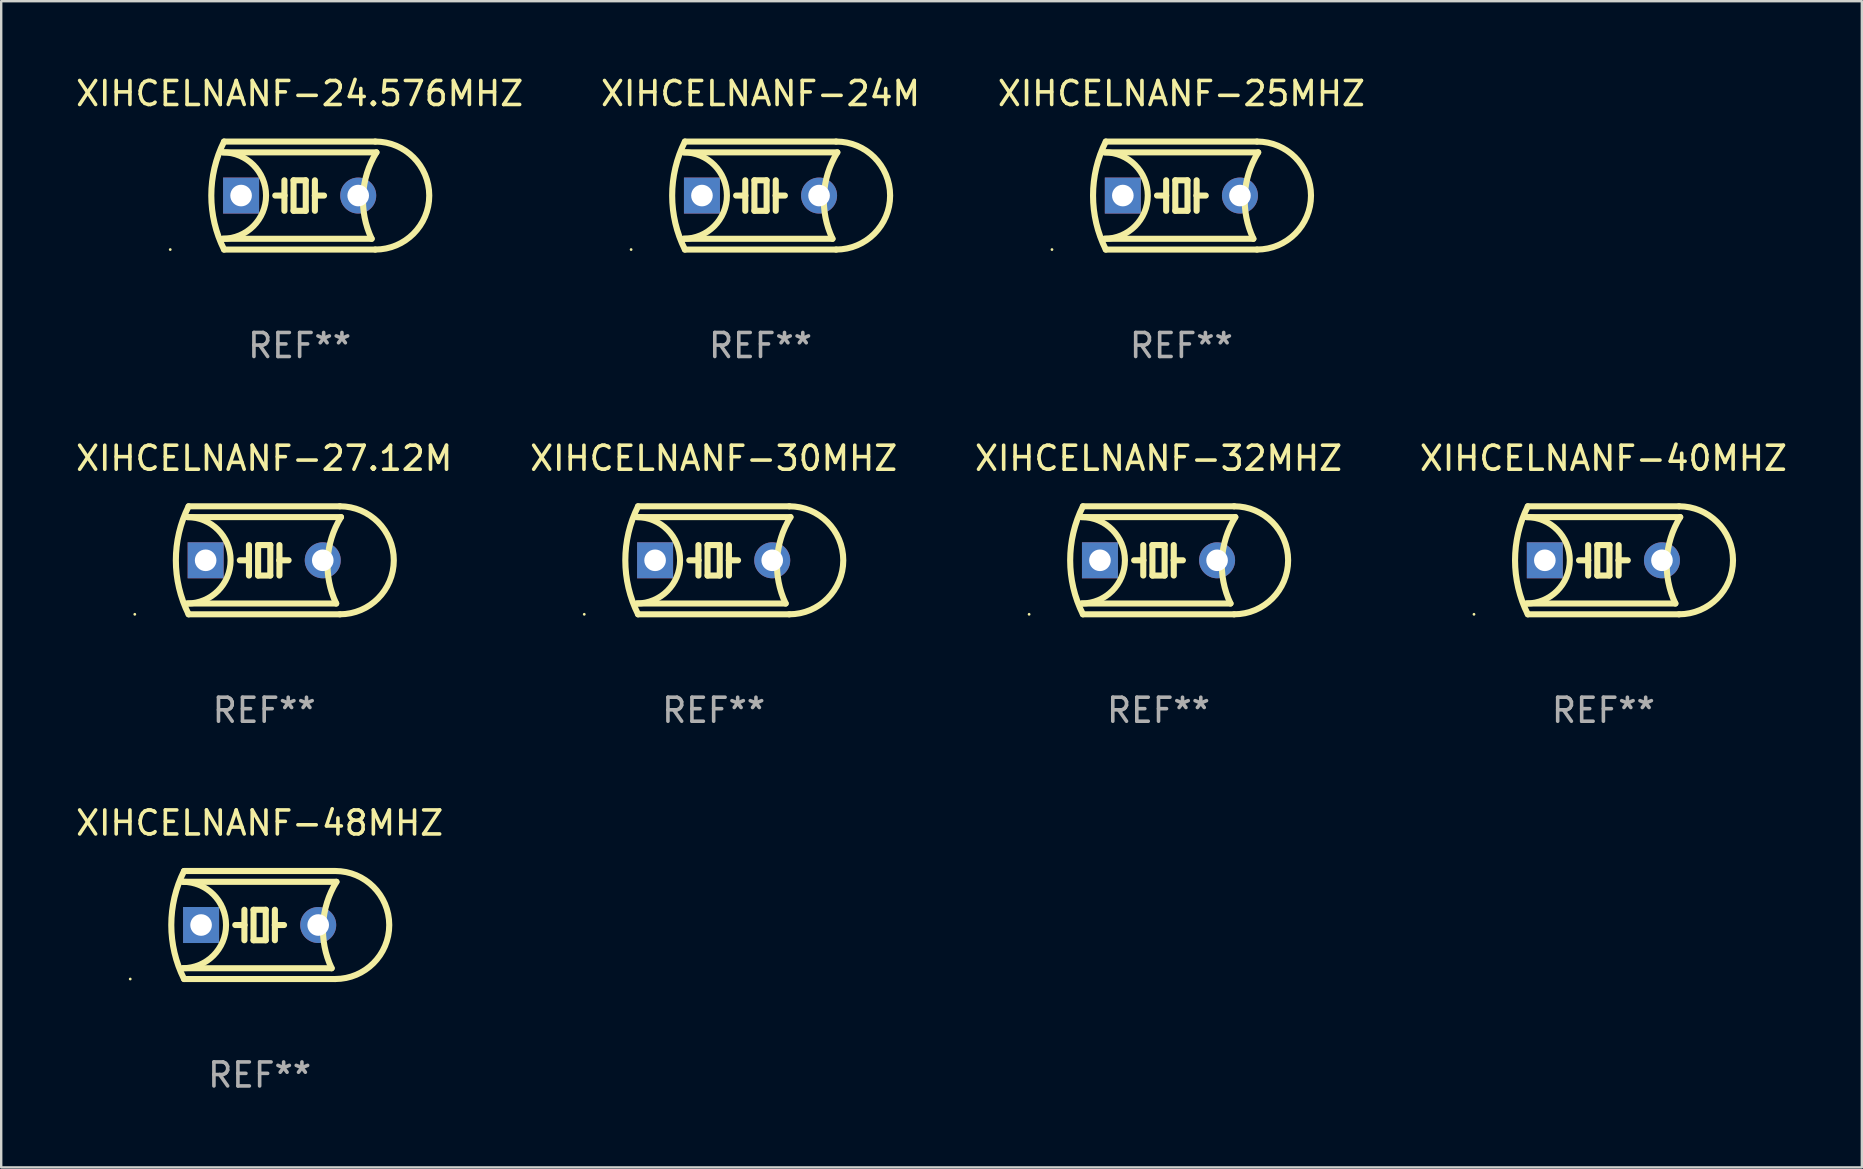
<source format=kicad_pcb>
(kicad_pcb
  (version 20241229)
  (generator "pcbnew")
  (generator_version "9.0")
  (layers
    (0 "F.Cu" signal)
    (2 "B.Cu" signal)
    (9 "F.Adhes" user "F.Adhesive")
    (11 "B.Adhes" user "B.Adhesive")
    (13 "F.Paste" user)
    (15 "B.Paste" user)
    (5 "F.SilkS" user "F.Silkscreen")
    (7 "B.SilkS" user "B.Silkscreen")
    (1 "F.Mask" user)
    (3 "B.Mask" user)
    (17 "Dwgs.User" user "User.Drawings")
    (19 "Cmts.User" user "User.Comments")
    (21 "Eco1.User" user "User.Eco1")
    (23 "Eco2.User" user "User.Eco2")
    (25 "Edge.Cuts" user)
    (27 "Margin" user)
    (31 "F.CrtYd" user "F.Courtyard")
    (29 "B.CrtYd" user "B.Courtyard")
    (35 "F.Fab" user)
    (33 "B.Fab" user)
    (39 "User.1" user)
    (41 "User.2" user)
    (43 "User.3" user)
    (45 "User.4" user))
  (footprint "XIHCELNANF-24M"
    (layer "F.Cu")
    (at 28.637 5.098)
    (property "Reference" "XIHCELNANF-24M" (at 0 -4.25 0) (layer "F.SilkS") (effects (font (size 1 1) (thickness 0.15))))
    (attr through_hole)
    (fp_line (start -3.2 -1.8) (end 3.2 -1.8) (stroke (width 0.254) (type solid)) (layer "F.SilkS"))
    (fp_line (start -3.15 2.25) (end 3.15 2.25) (stroke (width 0.254) (type solid)) (layer "F.SilkS"))
    (fp_line (start -0.635 -0.635) (end -0.635 0) (stroke (width 0.254) (type solid)) (layer "F.SilkS"))
    (fp_line (start -0.635 0) (end -1.016 0) (stroke (width 0.254) (type solid)) (layer "F.SilkS"))
    (fp_line (start -0.635 0) (end -0.635 0.635) (stroke (width 0.254) (type solid)) (layer "F.SilkS"))
    (fp_line (start -0.254 -0.635) (end -0.254 0.635) (stroke (width 0.254) (type solid)) (layer "F.SilkS"))
    (fp_line (start -0.254 0.635) (end 0.254 0.635) (stroke (width 0.254) (type solid)) (layer "F.SilkS"))
    (fp_line (start 0.254 -0.635) (end -0.254 -0.635) (stroke (width 0.254) (type solid)) (layer "F.SilkS"))
    (fp_line (start 0.254 0.635) (end 0.254 -0.635) (stroke (width 0.254) (type solid)) (layer "F.SilkS"))
    (fp_line (start 0.635 -0.635) (end 0.635 0) (stroke (width 0.254) (type solid)) (layer "F.SilkS"))
    (fp_line (start 0.635 0) (end 0.635 0.635) (stroke (width 0.254) (type solid)) (layer "F.SilkS"))
    (fp_line (start 0.635 0) (end 1.016 0) (stroke (width 0.254) (type solid)) (layer "F.SilkS"))
    (fp_line (start 3 1.8) (end -3.2 1.8) (stroke (width 0.254) (type solid)) (layer "F.SilkS"))
    (fp_line (start 3.15 -2.25) (end -3.15 -2.25) (stroke (width 0.254) (type solid)) (layer "F.SilkS"))
    (fp_arc (start -3.200406 -1.800864) (mid -1.399974 -0.000635) (end -3.2 1.8) (stroke (width 0.254001) (type solid)) (layer "F.SilkS"))
    (fp_arc (start -3.149606 2.250444) (mid -3.680941 0.000261) (end -3.149987 -2.250013) (stroke (width 0.254001) (type solid)) (layer "F.SilkS"))
    (fp_arc (start 2.999746 1.800863) (mid 2.642982 -0.024977) (end 3.2 -1.8) (stroke (width 0.254001) (type solid)) (layer "F.SilkS"))
    (fp_arc (start 3.149607 -2.250445) (mid 5.399848 -0.000406) (end 3.149987 2.250013) (stroke (width 0.254001) (type solid)) (layer "F.SilkS"))
    (fp_circle (center -5.392 2.25) (end -5.362 2.25) (stroke (width 0.06) (type solid)) (fill no) (layer "F.SilkS"))
    (fp_text user "REF**" (at 0 6.25 0) (layer "F.Fab") (effects (font (size 1 1) (thickness 0.15))))
    (pad "1" thru_hole rect (at -2.44 0) (size 1.5 1.5) (drill 0.9) (layers "*.Cu" "*.Mask"))
    (pad "2" thru_hole circle (at 2.44 0) (size 1.5 1.5) (drill 0.9) (layers "*.Cu" "*.Mask")))
  (footprint "XIHCELNANF-40MHZ"
    (layer "F.Cu")
    (at 63.756 20.295)
    (property "Reference" "XIHCELNANF-40MHZ" (at 0 -4.25 0) (layer "F.SilkS") (effects (font (size 1 1) (thickness 0.15))))
    (attr through_hole)
    (fp_line (start -3.2 -1.8) (end 3.2 -1.8) (stroke (width 0.254) (type solid)) (layer "F.SilkS"))
    (fp_line (start -3.15 2.25) (end 3.15 2.25) (stroke (width 0.254) (type solid)) (layer "F.SilkS"))
    (fp_line (start -0.635 -0.635) (end -0.635 0) (stroke (width 0.254) (type solid)) (layer "F.SilkS"))
    (fp_line (start -0.635 0) (end -1.016 0) (stroke (width 0.254) (type solid)) (layer "F.SilkS"))
    (fp_line (start -0.635 0) (end -0.635 0.635) (stroke (width 0.254) (type solid)) (layer "F.SilkS"))
    (fp_line (start -0.254 -0.635) (end -0.254 0.635) (stroke (width 0.254) (type solid)) (layer "F.SilkS"))
    (fp_line (start -0.254 0.635) (end 0.254 0.635) (stroke (width 0.254) (type solid)) (layer "F.SilkS"))
    (fp_line (start 0.254 -0.635) (end -0.254 -0.635) (stroke (width 0.254) (type solid)) (layer "F.SilkS"))
    (fp_line (start 0.254 0.635) (end 0.254 -0.635) (stroke (width 0.254) (type solid)) (layer "F.SilkS"))
    (fp_line (start 0.635 -0.635) (end 0.635 0) (stroke (width 0.254) (type solid)) (layer "F.SilkS"))
    (fp_line (start 0.635 0) (end 0.635 0.635) (stroke (width 0.254) (type solid)) (layer "F.SilkS"))
    (fp_line (start 0.635 0) (end 1.016 0) (stroke (width 0.254) (type solid)) (layer "F.SilkS"))
    (fp_line (start 3 1.8) (end -3.2 1.8) (stroke (width 0.254) (type solid)) (layer "F.SilkS"))
    (fp_line (start 3.15 -2.25) (end -3.15 -2.25) (stroke (width 0.254) (type solid)) (layer "F.SilkS"))
    (fp_arc (start -3.200406 -1.800864) (mid -1.399974 -0.000635) (end -3.2 1.8) (stroke (width 0.254001) (type solid)) (layer "F.SilkS"))
    (fp_arc (start -3.149606 2.250444) (mid -3.680941 0.000261) (end -3.149987 -2.250013) (stroke (width 0.254001) (type solid)) (layer "F.SilkS"))
    (fp_arc (start 2.999746 1.800863) (mid 2.642982 -0.024977) (end 3.2 -1.8) (stroke (width 0.254001) (type solid)) (layer "F.SilkS"))
    (fp_arc (start 3.149607 -2.250445) (mid 5.399848 -0.000406) (end 3.149987 2.250013) (stroke (width 0.254001) (type solid)) (layer "F.SilkS"))
    (fp_circle (center -5.392 2.25) (end -5.362 2.25) (stroke (width 0.06) (type solid)) (fill no) (layer "F.SilkS"))
    (fp_text user "REF**" (at 0 6.25 0) (layer "F.Fab") (effects (font (size 1 1) (thickness 0.15))))
    (pad "1" thru_hole rect (at -2.44 0) (size 1.5 1.5) (drill 0.9) (layers "*.Cu" "*.Mask"))
    (pad "2" thru_hole circle (at 2.44 0) (size 1.5 1.5) (drill 0.9) (layers "*.Cu" "*.Mask")))
  (footprint "XIHCELNANF-32MHZ"
    (layer "F.Cu")
    (at 45.22 20.295)
    (property "Reference" "XIHCELNANF-32MHZ" (at 0 -4.25 0) (layer "F.SilkS") (effects (font (size 1 1) (thickness 0.15))))
    (attr through_hole)
    (fp_line (start -3.2 -1.8) (end 3.2 -1.8) (stroke (width 0.254) (type solid)) (layer "F.SilkS"))
    (fp_line (start -3.15 2.25) (end 3.15 2.25) (stroke (width 0.254) (type solid)) (layer "F.SilkS"))
    (fp_line (start -0.635 -0.635) (end -0.635 0) (stroke (width 0.254) (type solid)) (layer "F.SilkS"))
    (fp_line (start -0.635 0) (end -1.016 0) (stroke (width 0.254) (type solid)) (layer "F.SilkS"))
    (fp_line (start -0.635 0) (end -0.635 0.635) (stroke (width 0.254) (type solid)) (layer "F.SilkS"))
    (fp_line (start -0.254 -0.635) (end -0.254 0.635) (stroke (width 0.254) (type solid)) (layer "F.SilkS"))
    (fp_line (start -0.254 0.635) (end 0.254 0.635) (stroke (width 0.254) (type solid)) (layer "F.SilkS"))
    (fp_line (start 0.254 -0.635) (end -0.254 -0.635) (stroke (width 0.254) (type solid)) (layer "F.SilkS"))
    (fp_line (start 0.254 0.635) (end 0.254 -0.635) (stroke (width 0.254) (type solid)) (layer "F.SilkS"))
    (fp_line (start 0.635 -0.635) (end 0.635 0) (stroke (width 0.254) (type solid)) (layer "F.SilkS"))
    (fp_line (start 0.635 0) (end 0.635 0.635) (stroke (width 0.254) (type solid)) (layer "F.SilkS"))
    (fp_line (start 0.635 0) (end 1.016 0) (stroke (width 0.254) (type solid)) (layer "F.SilkS"))
    (fp_line (start 3 1.8) (end -3.2 1.8) (stroke (width 0.254) (type solid)) (layer "F.SilkS"))
    (fp_line (start 3.15 -2.25) (end -3.15 -2.25) (stroke (width 0.254) (type solid)) (layer "F.SilkS"))
    (fp_arc (start -3.200406 -1.800864) (mid -1.399974 -0.000635) (end -3.2 1.8) (stroke (width 0.254001) (type solid)) (layer "F.SilkS"))
    (fp_arc (start -3.149606 2.250444) (mid -3.680941 0.000261) (end -3.149987 -2.250013) (stroke (width 0.254001) (type solid)) (layer "F.SilkS"))
    (fp_arc (start 2.999746 1.800863) (mid 2.642982 -0.024977) (end 3.2 -1.8) (stroke (width 0.254001) (type solid)) (layer "F.SilkS"))
    (fp_arc (start 3.149607 -2.250445) (mid 5.399848 -0.000406) (end 3.149987 2.250013) (stroke (width 0.254001) (type solid)) (layer "F.SilkS"))
    (fp_circle (center -5.392 2.25) (end -5.362 2.25) (stroke (width 0.06) (type solid)) (fill no) (layer "F.SilkS"))
    (fp_text user "REF**" (at 0 6.25 0) (layer "F.Fab") (effects (font (size 1 1) (thickness 0.15))))
    (pad "1" thru_hole rect (at -2.44 0) (size 1.5 1.5) (drill 0.9) (layers "*.Cu" "*.Mask"))
    (pad "2" thru_hole circle (at 2.44 0) (size 1.5 1.5) (drill 0.9) (layers "*.Cu" "*.Mask")))
  (footprint "XIHCELNANF-48MHZ"
    (layer "F.Cu")
    (at 7.768 35.491)
    (property "Reference" "XIHCELNANF-48MHZ" (at 0 -4.25 0) (layer "F.SilkS") (effects (font (size 1 1) (thickness 0.15))))
    (attr through_hole)
    (fp_line (start -3.2 -1.8) (end 3.2 -1.8) (stroke (width 0.254) (type solid)) (layer "F.SilkS"))
    (fp_line (start -3.15 2.25) (end 3.15 2.25) (stroke (width 0.254) (type solid)) (layer "F.SilkS"))
    (fp_line (start -0.635 -0.635) (end -0.635 0) (stroke (width 0.254) (type solid)) (layer "F.SilkS"))
    (fp_line (start -0.635 0) (end -1.016 0) (stroke (width 0.254) (type solid)) (layer "F.SilkS"))
    (fp_line (start -0.635 0) (end -0.635 0.635) (stroke (width 0.254) (type solid)) (layer "F.SilkS"))
    (fp_line (start -0.254 -0.635) (end -0.254 0.635) (stroke (width 0.254) (type solid)) (layer "F.SilkS"))
    (fp_line (start -0.254 0.635) (end 0.254 0.635) (stroke (width 0.254) (type solid)) (layer "F.SilkS"))
    (fp_line (start 0.254 -0.635) (end -0.254 -0.635) (stroke (width 0.254) (type solid)) (layer "F.SilkS"))
    (fp_line (start 0.254 0.635) (end 0.254 -0.635) (stroke (width 0.254) (type solid)) (layer "F.SilkS"))
    (fp_line (start 0.635 -0.635) (end 0.635 0) (stroke (width 0.254) (type solid)) (layer "F.SilkS"))
    (fp_line (start 0.635 0) (end 0.635 0.635) (stroke (width 0.254) (type solid)) (layer "F.SilkS"))
    (fp_line (start 0.635 0) (end 1.016 0) (stroke (width 0.254) (type solid)) (layer "F.SilkS"))
    (fp_line (start 3 1.8) (end -3.2 1.8) (stroke (width 0.254) (type solid)) (layer "F.SilkS"))
    (fp_line (start 3.15 -2.25) (end -3.15 -2.25) (stroke (width 0.254) (type solid)) (layer "F.SilkS"))
    (fp_arc (start -3.200406 -1.800864) (mid -1.399974 -0.000635) (end -3.2 1.8) (stroke (width 0.254001) (type solid)) (layer "F.SilkS"))
    (fp_arc (start -3.149606 2.250444) (mid -3.680941 0.000261) (end -3.149987 -2.250013) (stroke (width 0.254001) (type solid)) (layer "F.SilkS"))
    (fp_arc (start 2.999746 1.800863) (mid 2.642982 -0.024977) (end 3.2 -1.8) (stroke (width 0.254001) (type solid)) (layer "F.SilkS"))
    (fp_arc (start 3.149607 -2.250445) (mid 5.399848 -0.000406) (end 3.149987 2.250013) (stroke (width 0.254001) (type solid)) (layer "F.SilkS"))
    (fp_circle (center -5.392 2.25) (end -5.362 2.25) (stroke (width 0.06) (type solid)) (fill no) (layer "F.SilkS"))
    (fp_text user "REF**" (at 0 6.25 0) (layer "F.Fab") (effects (font (size 1 1) (thickness 0.15))))
    (pad "1" thru_hole rect (at -2.44 0) (size 1.5 1.5) (drill 0.9) (layers "*.Cu" "*.Mask"))
    (pad "2" thru_hole circle (at 2.44 0) (size 1.5 1.5) (drill 0.9) (layers "*.Cu" "*.Mask")))
  (footprint "XIHCELNANF-27.12M"
    (layer "F.Cu")
    (at 7.958 20.295)
    (property "Reference" "XIHCELNANF-27.12M" (at 0 -4.25 0) (layer "F.SilkS") (effects (font (size 1 1) (thickness 0.15))))
    (attr through_hole)
    (fp_line (start -3.2 -1.8) (end 3.2 -1.8) (stroke (width 0.254) (type solid)) (layer "F.SilkS"))
    (fp_line (start -3.15 2.25) (end 3.15 2.25) (stroke (width 0.254) (type solid)) (layer "F.SilkS"))
    (fp_line (start -0.635 -0.635) (end -0.635 0) (stroke (width 0.254) (type solid)) (layer "F.SilkS"))
    (fp_line (start -0.635 0) (end -1.016 0) (stroke (width 0.254) (type solid)) (layer "F.SilkS"))
    (fp_line (start -0.635 0) (end -0.635 0.635) (stroke (width 0.254) (type solid)) (layer "F.SilkS"))
    (fp_line (start -0.254 -0.635) (end -0.254 0.635) (stroke (width 0.254) (type solid)) (layer "F.SilkS"))
    (fp_line (start -0.254 0.635) (end 0.254 0.635) (stroke (width 0.254) (type solid)) (layer "F.SilkS"))
    (fp_line (start 0.254 -0.635) (end -0.254 -0.635) (stroke (width 0.254) (type solid)) (layer "F.SilkS"))
    (fp_line (start 0.254 0.635) (end 0.254 -0.635) (stroke (width 0.254) (type solid)) (layer "F.SilkS"))
    (fp_line (start 0.635 -0.635) (end 0.635 0) (stroke (width 0.254) (type solid)) (layer "F.SilkS"))
    (fp_line (start 0.635 0) (end 0.635 0.635) (stroke (width 0.254) (type solid)) (layer "F.SilkS"))
    (fp_line (start 0.635 0) (end 1.016 0) (stroke (width 0.254) (type solid)) (layer "F.SilkS"))
    (fp_line (start 3 1.8) (end -3.2 1.8) (stroke (width 0.254) (type solid)) (layer "F.SilkS"))
    (fp_line (start 3.15 -2.25) (end -3.15 -2.25) (stroke (width 0.254) (type solid)) (layer "F.SilkS"))
    (fp_arc (start -3.200406 -1.800864) (mid -1.399974 -0.000635) (end -3.2 1.8) (stroke (width 0.254001) (type solid)) (layer "F.SilkS"))
    (fp_arc (start -3.149606 2.250444) (mid -3.680941 0.000261) (end -3.149987 -2.250013) (stroke (width 0.254001) (type solid)) (layer "F.SilkS"))
    (fp_arc (start 2.999746 1.800863) (mid 2.642982 -0.024977) (end 3.2 -1.8) (stroke (width 0.254001) (type solid)) (layer "F.SilkS"))
    (fp_arc (start 3.149607 -2.250445) (mid 5.399848 -0.000406) (end 3.149987 2.250013) (stroke (width 0.254001) (type solid)) (layer "F.SilkS"))
    (fp_circle (center -5.392 2.25) (end -5.362 2.25) (stroke (width 0.06) (type solid)) (fill no) (layer "F.SilkS"))
    (fp_text user "REF**" (at 0 6.25 0) (layer "F.Fab") (effects (font (size 1 1) (thickness 0.15))))
    (pad "1" thru_hole rect (at -2.44 0) (size 1.5 1.5) (drill 0.9) (layers "*.Cu" "*.Mask"))
    (pad "2" thru_hole circle (at 2.44 0) (size 1.5 1.5) (drill 0.9) (layers "*.Cu" "*.Mask")))
  (footprint "XIHCELNANF-30MHZ"
    (layer "F.Cu")
    (at 26.685 20.295)
    (property "Reference" "XIHCELNANF-30MHZ" (at 0 -4.25 0) (layer "F.SilkS") (effects (font (size 1 1) (thickness 0.15))))
    (attr through_hole)
    (fp_line (start -3.2 -1.8) (end 3.2 -1.8) (stroke (width 0.254) (type solid)) (layer "F.SilkS"))
    (fp_line (start -3.15 2.25) (end 3.15 2.25) (stroke (width 0.254) (type solid)) (layer "F.SilkS"))
    (fp_line (start -0.635 -0.635) (end -0.635 0) (stroke (width 0.254) (type solid)) (layer "F.SilkS"))
    (fp_line (start -0.635 0) (end -1.016 0) (stroke (width 0.254) (type solid)) (layer "F.SilkS"))
    (fp_line (start -0.635 0) (end -0.635 0.635) (stroke (width 0.254) (type solid)) (layer "F.SilkS"))
    (fp_line (start -0.254 -0.635) (end -0.254 0.635) (stroke (width 0.254) (type solid)) (layer "F.SilkS"))
    (fp_line (start -0.254 0.635) (end 0.254 0.635) (stroke (width 0.254) (type solid)) (layer "F.SilkS"))
    (fp_line (start 0.254 -0.635) (end -0.254 -0.635) (stroke (width 0.254) (type solid)) (layer "F.SilkS"))
    (fp_line (start 0.254 0.635) (end 0.254 -0.635) (stroke (width 0.254) (type solid)) (layer "F.SilkS"))
    (fp_line (start 0.635 -0.635) (end 0.635 0) (stroke (width 0.254) (type solid)) (layer "F.SilkS"))
    (fp_line (start 0.635 0) (end 0.635 0.635) (stroke (width 0.254) (type solid)) (layer "F.SilkS"))
    (fp_line (start 0.635 0) (end 1.016 0) (stroke (width 0.254) (type solid)) (layer "F.SilkS"))
    (fp_line (start 3 1.8) (end -3.2 1.8) (stroke (width 0.254) (type solid)) (layer "F.SilkS"))
    (fp_line (start 3.15 -2.25) (end -3.15 -2.25) (stroke (width 0.254) (type solid)) (layer "F.SilkS"))
    (fp_arc (start -3.200406 -1.800864) (mid -1.399974 -0.000635) (end -3.2 1.8) (stroke (width 0.254001) (type solid)) (layer "F.SilkS"))
    (fp_arc (start -3.149606 2.250444) (mid -3.680941 0.000261) (end -3.149987 -2.250013) (stroke (width 0.254001) (type solid)) (layer "F.SilkS"))
    (fp_arc (start 2.999746 1.800863) (mid 2.642982 -0.024977) (end 3.2 -1.8) (stroke (width 0.254001) (type solid)) (layer "F.SilkS"))
    (fp_arc (start 3.149607 -2.250445) (mid 5.399848 -0.000406) (end 3.149987 2.250013) (stroke (width 0.254001) (type solid)) (layer "F.SilkS"))
    (fp_circle (center -5.392 2.25) (end -5.362 2.25) (stroke (width 0.06) (type solid)) (fill no) (layer "F.SilkS"))
    (fp_text user "REF**" (at 0 6.25 0) (layer "F.Fab") (effects (font (size 1 1) (thickness 0.15))))
    (pad "1" thru_hole rect (at -2.44 0) (size 1.5 1.5) (drill 0.9) (layers "*.Cu" "*.Mask"))
    (pad "2" thru_hole circle (at 2.44 0) (size 1.5 1.5) (drill 0.9) (layers "*.Cu" "*.Mask")))
  (footprint "XIHCELNANF-24.576MHZ"
    (layer "F.Cu")
    (at 9.435 5.098)
    (property "Reference" "XIHCELNANF-24.576MHZ" (at 0 -4.25 0) (layer "F.SilkS") (effects (font (size 1 1) (thickness 0.15))))
    (attr through_hole)
    (fp_line (start -3.2 -1.8) (end 3.2 -1.8) (stroke (width 0.254) (type solid)) (layer "F.SilkS"))
    (fp_line (start -3.15 2.25) (end 3.15 2.25) (stroke (width 0.254) (type solid)) (layer "F.SilkS"))
    (fp_line (start -0.635 -0.635) (end -0.635 0) (stroke (width 0.254) (type solid)) (layer "F.SilkS"))
    (fp_line (start -0.635 0) (end -1.016 0) (stroke (width 0.254) (type solid)) (layer "F.SilkS"))
    (fp_line (start -0.635 0) (end -0.635 0.635) (stroke (width 0.254) (type solid)) (layer "F.SilkS"))
    (fp_line (start -0.254 -0.635) (end -0.254 0.635) (stroke (width 0.254) (type solid)) (layer "F.SilkS"))
    (fp_line (start -0.254 0.635) (end 0.254 0.635) (stroke (width 0.254) (type solid)) (layer "F.SilkS"))
    (fp_line (start 0.254 -0.635) (end -0.254 -0.635) (stroke (width 0.254) (type solid)) (layer "F.SilkS"))
    (fp_line (start 0.254 0.635) (end 0.254 -0.635) (stroke (width 0.254) (type solid)) (layer "F.SilkS"))
    (fp_line (start 0.635 -0.635) (end 0.635 0) (stroke (width 0.254) (type solid)) (layer "F.SilkS"))
    (fp_line (start 0.635 0) (end 0.635 0.635) (stroke (width 0.254) (type solid)) (layer "F.SilkS"))
    (fp_line (start 0.635 0) (end 1.016 0) (stroke (width 0.254) (type solid)) (layer "F.SilkS"))
    (fp_line (start 3 1.8) (end -3.2 1.8) (stroke (width 0.254) (type solid)) (layer "F.SilkS"))
    (fp_line (start 3.15 -2.25) (end -3.15 -2.25) (stroke (width 0.254) (type solid)) (layer "F.SilkS"))
    (fp_arc (start -3.200406 -1.800864) (mid -1.399974 -0.000635) (end -3.2 1.8) (stroke (width 0.254001) (type solid)) (layer "F.SilkS"))
    (fp_arc (start -3.149606 2.250444) (mid -3.680941 0.000261) (end -3.149987 -2.250013) (stroke (width 0.254001) (type solid)) (layer "F.SilkS"))
    (fp_arc (start 2.999746 1.800863) (mid 2.642982 -0.024977) (end 3.2 -1.8) (stroke (width 0.254001) (type solid)) (layer "F.SilkS"))
    (fp_arc (start 3.149607 -2.250445) (mid 5.399848 -0.000406) (end 3.149987 2.250013) (stroke (width 0.254001) (type solid)) (layer "F.SilkS"))
    (fp_circle (center -5.392 2.25) (end -5.362 2.25) (stroke (width 0.06) (type solid)) (fill no) (layer "F.SilkS"))
    (fp_text user "REF**" (at 0 6.25 0) (layer "F.Fab") (effects (font (size 1 1) (thickness 0.15))))
    (pad "1" thru_hole rect (at -2.44 0) (size 1.5 1.5) (drill 0.9) (layers "*.Cu" "*.Mask"))
    (pad "2" thru_hole circle (at 2.44 0) (size 1.5 1.5) (drill 0.9) (layers "*.Cu" "*.Mask")))
  (footprint "XIHCELNANF-25MHZ"
    (layer "F.Cu")
    (at 46.173 5.098)
    (property "Reference" "XIHCELNANF-25MHZ" (at 0 -4.25 0) (layer "F.SilkS") (effects (font (size 1 1) (thickness 0.15))))
    (attr through_hole)
    (fp_line (start -3.2 -1.8) (end 3.2 -1.8) (stroke (width 0.254) (type solid)) (layer "F.SilkS"))
    (fp_line (start -3.15 2.25) (end 3.15 2.25) (stroke (width 0.254) (type solid)) (layer "F.SilkS"))
    (fp_line (start -0.635 -0.635) (end -0.635 0) (stroke (width 0.254) (type solid)) (layer "F.SilkS"))
    (fp_line (start -0.635 0) (end -1.016 0) (stroke (width 0.254) (type solid)) (layer "F.SilkS"))
    (fp_line (start -0.635 0) (end -0.635 0.635) (stroke (width 0.254) (type solid)) (layer "F.SilkS"))
    (fp_line (start -0.254 -0.635) (end -0.254 0.635) (stroke (width 0.254) (type solid)) (layer "F.SilkS"))
    (fp_line (start -0.254 0.635) (end 0.254 0.635) (stroke (width 0.254) (type solid)) (layer "F.SilkS"))
    (fp_line (start 0.254 -0.635) (end -0.254 -0.635) (stroke (width 0.254) (type solid)) (layer "F.SilkS"))
    (fp_line (start 0.254 0.635) (end 0.254 -0.635) (stroke (width 0.254) (type solid)) (layer "F.SilkS"))
    (fp_line (start 0.635 -0.635) (end 0.635 0) (stroke (width 0.254) (type solid)) (layer "F.SilkS"))
    (fp_line (start 0.635 0) (end 0.635 0.635) (stroke (width 0.254) (type solid)) (layer "F.SilkS"))
    (fp_line (start 0.635 0) (end 1.016 0) (stroke (width 0.254) (type solid)) (layer "F.SilkS"))
    (fp_line (start 3 1.8) (end -3.2 1.8) (stroke (width 0.254) (type solid)) (layer "F.SilkS"))
    (fp_line (start 3.15 -2.25) (end -3.15 -2.25) (stroke (width 0.254) (type solid)) (layer "F.SilkS"))
    (fp_arc (start -3.200406 -1.800864) (mid -1.399974 -0.000635) (end -3.2 1.8) (stroke (width 0.254001) (type solid)) (layer "F.SilkS"))
    (fp_arc (start -3.149606 2.250444) (mid -3.680941 0.000261) (end -3.149987 -2.250013) (stroke (width 0.254001) (type solid)) (layer "F.SilkS"))
    (fp_arc (start 2.999746 1.800863) (mid 2.642982 -0.024977) (end 3.2 -1.8) (stroke (width 0.254001) (type solid)) (layer "F.SilkS"))
    (fp_arc (start 3.149607 -2.250445) (mid 5.399848 -0.000406) (end 3.149987 2.250013) (stroke (width 0.254001) (type solid)) (layer "F.SilkS"))
    (fp_circle (center -5.392 2.25) (end -5.362 2.25) (stroke (width 0.06) (type solid)) (fill no) (layer "F.SilkS"))
    (fp_text user "REF**" (at 0 6.25 0) (layer "F.Fab") (effects (font (size 1 1) (thickness 0.15))))
    (pad "1" thru_hole rect (at -2.44 0) (size 1.5 1.5) (drill 0.9) (layers "*.Cu" "*.Mask"))
    (pad "2" thru_hole circle (at 2.44 0) (size 1.5 1.5) (drill 0.9) (layers "*.Cu" "*.Mask")))
  (gr_rect
    (start -3 -3)
    (end 74.524 45.59)
    (stroke (width 0.1) (type default))
    (fill no)
    (layer "Edge.Cuts")))
</source>
